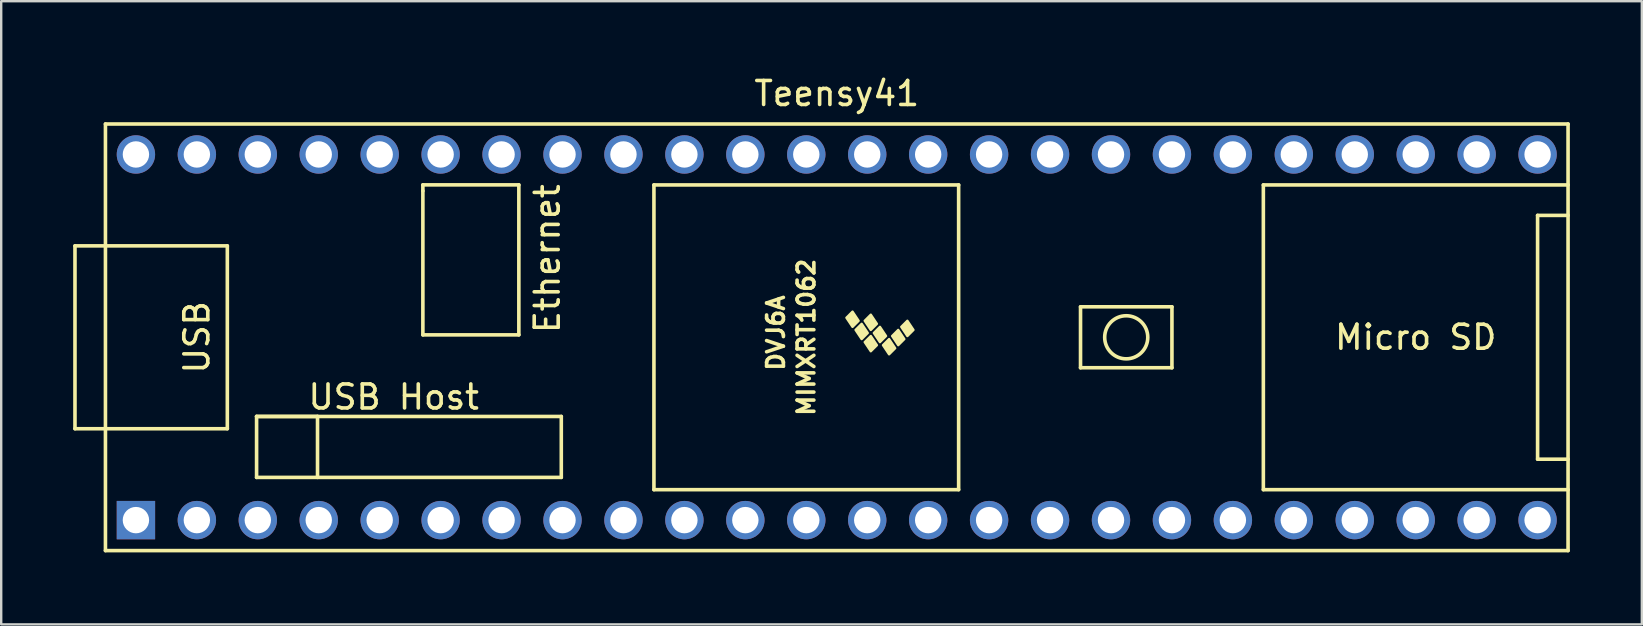
<source format=kicad_pcb>
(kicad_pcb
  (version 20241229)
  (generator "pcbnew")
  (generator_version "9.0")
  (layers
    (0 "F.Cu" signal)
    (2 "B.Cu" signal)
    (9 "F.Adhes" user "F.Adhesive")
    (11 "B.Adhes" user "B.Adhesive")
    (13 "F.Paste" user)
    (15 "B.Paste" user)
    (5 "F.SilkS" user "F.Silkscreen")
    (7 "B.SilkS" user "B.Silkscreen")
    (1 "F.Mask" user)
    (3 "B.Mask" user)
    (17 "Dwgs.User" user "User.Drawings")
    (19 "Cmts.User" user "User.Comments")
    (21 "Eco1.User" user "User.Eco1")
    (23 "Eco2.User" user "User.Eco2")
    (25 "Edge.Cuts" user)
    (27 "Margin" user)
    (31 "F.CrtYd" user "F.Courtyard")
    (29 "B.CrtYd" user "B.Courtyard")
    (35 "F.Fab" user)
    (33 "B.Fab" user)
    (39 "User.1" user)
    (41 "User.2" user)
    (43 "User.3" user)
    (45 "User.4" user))
  (footprint "Teensy41"
    (layer "F.Cu")
    (at 31.825 11.008)
    (property "Reference" "Teensy41" (at 0 -10.16 0) (layer "F.SilkS") (effects (font (size 1 1) (thickness 0.15))))
    (attr through_hole)
    (fp_line (start -31.75 -3.81) (end -30.48 -3.81) (stroke (width 0.15) (type solid)) (layer "F.SilkS"))
    (fp_line (start -31.75 3.81) (end -31.75 -3.81) (stroke (width 0.15) (type solid)) (layer "F.SilkS"))
    (fp_line (start -30.48 -8.89) (end 30.48 -8.89) (stroke (width 0.15) (type solid)) (layer "F.SilkS"))
    (fp_line (start -30.48 3.81) (end -31.75 3.81) (stroke (width 0.15) (type solid)) (layer "F.SilkS"))
    (fp_line (start -30.48 8.89) (end -30.48 -8.89) (stroke (width 0.15) (type solid)) (layer "F.SilkS"))
    (fp_line (start -25.4 -3.81) (end -30.48 -3.81) (stroke (width 0.15) (type solid)) (layer "F.SilkS"))
    (fp_line (start -25.4 3.81) (end -30.48 3.81) (stroke (width 0.15) (type solid)) (layer "F.SilkS"))
    (fp_line (start -25.4 3.81) (end -25.4 -3.81) (stroke (width 0.15) (type solid)) (layer "F.SilkS"))
    (fp_line (start -24.181 3.299) (end -21.641 3.299) (stroke (width 0.15) (type solid)) (layer "F.SilkS"))
    (fp_line (start -24.181 3.299) (end -11.481 3.299) (stroke (width 0.15) (type solid)) (layer "F.SilkS"))
    (fp_line (start -24.181 5.839) (end -24.181 3.299) (stroke (width 0.15) (type solid)) (layer "F.SilkS"))
    (fp_line (start -21.641 3.299) (end -21.641 5.839) (stroke (width 0.15) (type solid)) (layer "F.SilkS"))
    (fp_line (start -17.25 -6.352) (end -17.25 -6.102) (stroke (width 0.15) (type solid)) (layer "F.SilkS"))
    (fp_line (start -17.25 -6.102) (end -17.25 -0.102) (stroke (width 0.15) (type solid)) (layer "F.SilkS"))
    (fp_line (start -17.25 -0.102) (end -13.25 -0.102) (stroke (width 0.15) (type solid)) (layer "F.SilkS"))
    (fp_line (start -13.25 -6.352) (end -17.25 -6.352) (stroke (width 0.15) (type solid)) (layer "F.SilkS"))
    (fp_line (start -13.25 -0.102) (end -13.25 -6.352) (stroke (width 0.15) (type solid)) (layer "F.SilkS"))
    (fp_line (start -11.481 3.299) (end -11.481 5.839) (stroke (width 0.15) (type solid)) (layer "F.SilkS"))
    (fp_line (start -11.481 5.839) (end -24.181 5.839) (stroke (width 0.15) (type solid)) (layer "F.SilkS"))
    (fp_line (start -7.62 -6.35) (end -7.62 6.35) (stroke (width 0.15) (type solid)) (layer "F.SilkS"))
    (fp_line (start -7.62 6.35) (end 5.08 6.35) (stroke (width 0.15) (type solid)) (layer "F.SilkS"))
    (fp_line (start 5.08 -6.35) (end -7.62 -6.35) (stroke (width 0.15) (type solid)) (layer "F.SilkS"))
    (fp_line (start 5.08 6.35) (end 5.08 -6.35) (stroke (width 0.15) (type solid)) (layer "F.SilkS"))
    (fp_line (start 10.16 -1.27) (end 13.97 -1.27) (stroke (width 0.15) (type solid)) (layer "F.SilkS"))
    (fp_line (start 10.16 1.27) (end 10.16 -1.27) (stroke (width 0.15) (type solid)) (layer "F.SilkS"))
    (fp_line (start 13.97 -1.27) (end 13.97 1.27) (stroke (width 0.15) (type solid)) (layer "F.SilkS"))
    (fp_line (start 13.97 1.27) (end 10.16 1.27) (stroke (width 0.15) (type solid)) (layer "F.SilkS"))
    (fp_line (start 17.78 -6.35) (end 17.78 6.35) (stroke (width 0.15) (type solid)) (layer "F.SilkS"))
    (fp_line (start 17.78 6.35) (end 30.48 6.35) (stroke (width 0.15) (type solid)) (layer "F.SilkS"))
    (fp_line (start 29.21 -5.08) (end 29.21 5.08) (stroke (width 0.15) (type solid)) (layer "F.SilkS"))
    (fp_line (start 29.21 5.08) (end 30.48 5.08) (stroke (width 0.15) (type solid)) (layer "F.SilkS"))
    (fp_line (start 30.48 -8.89) (end 30.48 8.89) (stroke (width 0.15) (type solid)) (layer "F.SilkS"))
    (fp_line (start 30.48 -6.35) (end 17.78 -6.35) (stroke (width 0.15) (type solid)) (layer "F.SilkS"))
    (fp_line (start 30.48 -5.08) (end 29.21 -5.08) (stroke (width 0.15) (type solid)) (layer "F.SilkS"))
    (fp_line (start 30.48 8.89) (end -30.48 8.89) (stroke (width 0.15) (type solid)) (layer "F.SilkS"))
    (fp_circle (center 12.065 0) (end 12.7 -0.635) (stroke (width 0.15) (type solid)) (fill no) (layer "F.SilkS"))
    (fp_poly (pts (xy 0.911 -0.688) (xy 0.657 -0.434) (xy 0.403 -0.815) (xy 0.657 -1.069)) (stroke (width 0.1) (type solid)) (fill yes) (layer "F.SilkS"))
    (fp_poly (pts (xy 1.292 -0.18) (xy 1.038 0.074) (xy 0.784 -0.307) (xy 1.038 -0.561)) (stroke (width 0.1) (type solid)) (fill yes) (layer "F.SilkS"))
    (fp_poly (pts (xy 1.673 -0.561) (xy 1.419 -0.307) (xy 1.165 -0.688) (xy 1.419 -0.942)) (stroke (width 0.1) (type solid)) (fill yes) (layer "F.SilkS"))
    (fp_poly (pts (xy 1.673 0.328) (xy 1.419 0.582) (xy 1.165 0.201) (xy 1.419 -0.053)) (stroke (width 0.1) (type solid)) (fill yes) (layer "F.SilkS"))
    (fp_poly (pts (xy 2.054 -0.053) (xy 1.8 0.201) (xy 1.546 -0.18) (xy 1.8 -0.434)) (stroke (width 0.1) (type solid)) (fill yes) (layer "F.SilkS"))
    (fp_poly (pts (xy 2.435 0.455) (xy 2.181 0.709) (xy 1.927 0.328) (xy 2.181 0.074)) (stroke (width 0.1) (type solid)) (fill yes) (layer "F.SilkS"))
    (fp_poly (pts (xy 2.816 0.074) (xy 2.562 0.328) (xy 2.308 -0.053) (xy 2.562 -0.307)) (stroke (width 0.1) (type solid)) (fill yes) (layer "F.SilkS"))
    (fp_poly (pts (xy 3.197 -0.307) (xy 2.943 -0.053) (xy 2.689 -0.434) (xy 2.943 -0.688)) (stroke (width 0.1) (type solid)) (fill yes) (layer "F.SilkS"))
    (fp_text user "MIMXRT1062" (at -1.27 0 270) (layer "F.SilkS") (effects (font (size 0.7 0.7) (thickness 0.15))))
    (fp_text user "USB" (at -26.67 0 270) (layer "F.SilkS") (effects (font (size 1 1) (thickness 0.15))))
    (fp_text user "Ethernet" (at -12.065 -3.277 90) (layer "F.SilkS") (effects (font (size 1 1) (thickness 0.15))))
    (fp_text user "DVJ6A" (at -2.54 -0.18 270) (layer "F.SilkS") (effects (font (size 0.7 0.7) (thickness 0.15))))
    (fp_text user "Micro SD" (at 24.13 0 0) (layer "F.SilkS") (effects (font (size 1 1) (thickness 0.15))))
    (fp_text user "USB Host" (at -18.466 2.489 0) (layer "F.SilkS") (effects (font (size 1 1) (thickness 0.15))))
    (pad "1" thru_hole rect (at -29.21 7.62) (size 1.6 1.6) (drill 1.1) (layers "*.Cu" "*.Mask"))
    (pad "2" thru_hole circle (at -26.67 7.62) (size 1.6 1.6) (drill 1.1) (layers "*.Cu" "*.Mask"))
    (pad "3" thru_hole circle (at -24.13 7.62) (size 1.6 1.6) (drill 1.1) (layers "*.Cu" "*.Mask"))
    (pad "4" thru_hole circle (at -21.59 7.62) (size 1.6 1.6) (drill 1.1) (layers "*.Cu" "*.Mask"))
    (pad "5" thru_hole circle (at -19.05 7.62) (size 1.6 1.6) (drill 1.1) (layers "*.Cu" "*.Mask"))
    (pad "6" thru_hole circle (at -16.51 7.62) (size 1.6 1.6) (drill 1.1) (layers "*.Cu" "*.Mask"))
    (pad "7" thru_hole circle (at -13.97 7.62) (size 1.6 1.6) (drill 1.1) (layers "*.Cu" "*.Mask"))
    (pad "8" thru_hole circle (at -11.43 7.62) (size 1.6 1.6) (drill 1.1) (layers "*.Cu" "*.Mask"))
    (pad "9" thru_hole circle (at -8.89 7.62) (size 1.6 1.6) (drill 1.1) (layers "*.Cu" "*.Mask"))
    (pad "10" thru_hole circle (at -6.35 7.62) (size 1.6 1.6) (drill 1.1) (layers "*.Cu" "*.Mask"))
    (pad "11" thru_hole circle (at -3.81 7.62) (size 1.6 1.6) (drill 1.1) (layers "*.Cu" "*.Mask"))
    (pad "12" thru_hole circle (at -1.27 7.62) (size 1.6 1.6) (drill 1.1) (layers "*.Cu" "*.Mask"))
    (pad "13" thru_hole circle (at 1.27 7.62) (size 1.6 1.6) (drill 1.1) (layers "*.Cu" "*.Mask"))
    (pad "14" thru_hole circle (at 3.81 7.62) (size 1.6 1.6) (drill 1.1) (layers "*.Cu" "*.Mask"))
    (pad "15" thru_hole circle (at 6.35 7.62) (size 1.6 1.6) (drill 1.1) (layers "*.Cu" "*.Mask"))
    (pad "16" thru_hole circle (at 8.89 7.62) (size 1.6 1.6) (drill 1.1) (layers "*.Cu" "*.Mask"))
    (pad "17" thru_hole circle (at 11.43 7.62) (size 1.6 1.6) (drill 1.1) (layers "*.Cu" "*.Mask"))
    (pad "18" thru_hole circle (at 13.97 7.62) (size 1.6 1.6) (drill 1.1) (layers "*.Cu" "*.Mask"))
    (pad "19" thru_hole circle (at 16.51 7.62) (size 1.6 1.6) (drill 1.1) (layers "*.Cu" "*.Mask"))
    (pad "20" thru_hole circle (at 19.05 7.62) (size 1.6 1.6) (drill 1.1) (layers "*.Cu" "*.Mask"))
    (pad "21" thru_hole circle (at 21.59 7.62) (size 1.6 1.6) (drill 1.1) (layers "*.Cu" "*.Mask"))
    (pad "22" thru_hole circle (at 24.13 7.62) (size 1.6 1.6) (drill 1.1) (layers "*.Cu" "*.Mask"))
    (pad "23" thru_hole circle (at 26.67 7.62) (size 1.6 1.6) (drill 1.1) (layers "*.Cu" "*.Mask"))
    (pad "24" thru_hole circle (at 29.21 7.62) (size 1.6 1.6) (drill 1.1) (layers "*.Cu" "*.Mask"))
    (pad "25" thru_hole circle (at 29.21 -7.62) (size 1.6 1.6) (drill 1.1) (layers "*.Cu" "*.Mask"))
    (pad "26" thru_hole circle (at 26.67 -7.62) (size 1.6 1.6) (drill 1.1) (layers "*.Cu" "*.Mask"))
    (pad "27" thru_hole circle (at 24.13 -7.62) (size 1.6 1.6) (drill 1.1) (layers "*.Cu" "*.Mask"))
    (pad "28" thru_hole circle (at 21.59 -7.62) (size 1.6 1.6) (drill 1.1) (layers "*.Cu" "*.Mask"))
    (pad "29" thru_hole circle (at 19.05 -7.62) (size 1.6 1.6) (drill 1.1) (layers "*.Cu" "*.Mask"))
    (pad "30" thru_hole circle (at 16.51 -7.62) (size 1.6 1.6) (drill 1.1) (layers "*.Cu" "*.Mask"))
    (pad "31" thru_hole circle (at 13.97 -7.62) (size 1.6 1.6) (drill 1.1) (layers "*.Cu" "*.Mask"))
    (pad "32" thru_hole circle (at 11.43 -7.62) (size 1.6 1.6) (drill 1.1) (layers "*.Cu" "*.Mask"))
    (pad "33" thru_hole circle (at 8.89 -7.62) (size 1.6 1.6) (drill 1.1) (layers "*.Cu" "*.Mask"))
    (pad "34" thru_hole circle (at 6.35 -7.62) (size 1.6 1.6) (drill 1.1) (layers "*.Cu" "*.Mask"))
    (pad "35" thru_hole circle (at 3.81 -7.62) (size 1.6 1.6) (drill 1.1) (layers "*.Cu" "*.Mask"))
    (pad "36" thru_hole circle (at 1.27 -7.62) (size 1.6 1.6) (drill 1.1) (layers "*.Cu" "*.Mask"))
    (pad "37" thru_hole circle (at -1.27 -7.62) (size 1.6 1.6) (drill 1.1) (layers "*.Cu" "*.Mask"))
    (pad "38" thru_hole circle (at -3.81 -7.62) (size 1.6 1.6) (drill 1.1) (layers "*.Cu" "*.Mask"))
    (pad "39" thru_hole circle (at -6.35 -7.62) (size 1.6 1.6) (drill 1.1) (layers "*.Cu" "*.Mask"))
    (pad "40" thru_hole circle (at -8.89 -7.62) (size 1.6 1.6) (drill 1.1) (layers "*.Cu" "*.Mask"))
    (pad "41" thru_hole circle (at -11.43 -7.62) (size 1.6 1.6) (drill 1.1) (layers "*.Cu" "*.Mask"))
    (pad "42" thru_hole circle (at -13.97 -7.62) (size 1.6 1.6) (drill 1.1) (layers "*.Cu" "*.Mask"))
    (pad "43" thru_hole circle (at -16.51 -7.62) (size 1.6 1.6) (drill 1.1) (layers "*.Cu" "*.Mask"))
    (pad "44" thru_hole circle (at -19.05 -7.62) (size 1.6 1.6) (drill 1.1) (layers "*.Cu" "*.Mask"))
    (pad "45" thru_hole circle (at -21.59 -7.62) (size 1.6 1.6) (drill 1.1) (layers "*.Cu" "*.Mask"))
    (pad "46" thru_hole circle (at -24.13 -7.62) (size 1.6 1.6) (drill 1.1) (layers "*.Cu" "*.Mask"))
    (pad "47" thru_hole circle (at -26.67 -7.62) (size 1.6 1.6) (drill 1.1) (layers "*.Cu" "*.Mask"))
    (pad "48" thru_hole circle (at -29.21 -7.62) (size 1.6 1.6) (drill 1.1) (layers "*.Cu" "*.Mask")))
  (gr_rect
    (start -3 -3)
    (end 65.38 22.973)
    (stroke (width 0.1) (type default))
    (fill no)
    (layer "Edge.Cuts")))
</source>
